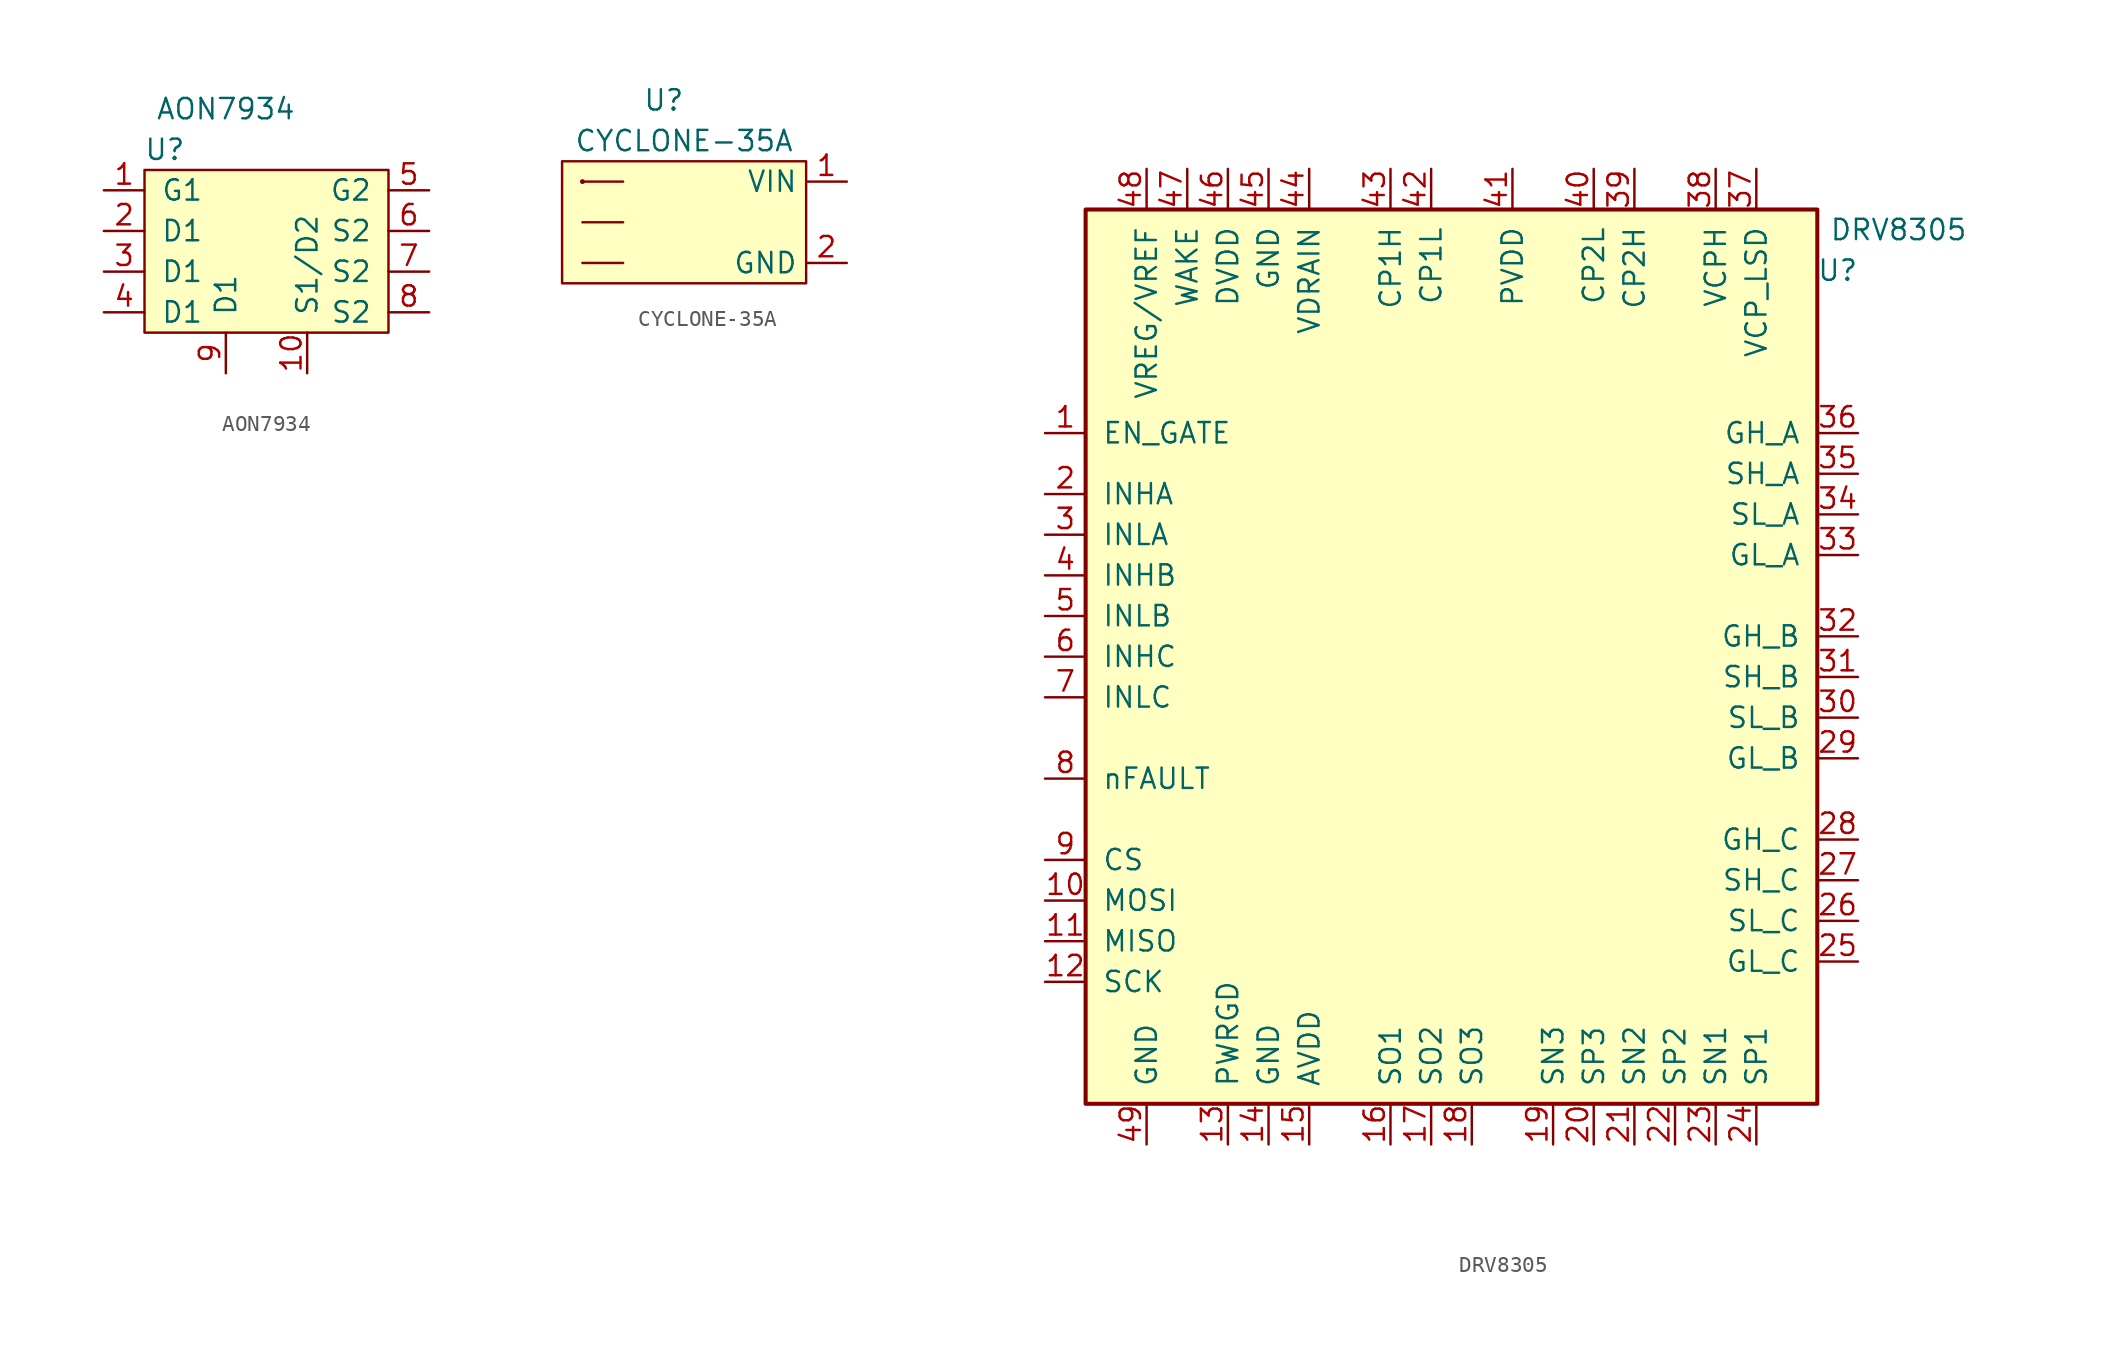
<source format=kicad_sym>
(kicad_symbol_lib
  (version 20211014)
  (generator kicad_symbol_editor)
  (symbol "AON7934"
    (pin_names
      (offset 1.016))
    (property "Reference" "U"
      (at -6.35 6.35 0)
      (effects (font (size 1.27 1.27))))
    (property "Value" "AON7934"
      (at -2.54 8.89 0)
      (effects (font (size 1.27 1.27))))
    (symbol "AON7934_0_1"
      (rectangle (start -7.62 5.08) (end 7.62 -5.08) (stroke (width 0) (type default) (color 0 0 0 0)) (fill (type background))))
    (symbol "AON7934_1_1"
      (pin input line (at -10.16 3.81 0) (length 2.54) (name "G1" (effects (font (size 1.27 1.27)))) (number "1" (effects (font (size 1.27 1.27)))))
      (pin input line (at 2.54 -7.62 90) (length 2.54) (name "S1/D2" (effects (font (size 1.27 1.27)))) (number "10" (effects (font (size 1.27 1.27)))))
      (pin input line (at -10.16 1.27 0) (length 2.54) (name "D1" (effects (font (size 1.27 1.27)))) (number "2" (effects (font (size 1.27 1.27)))))
      (pin input line (at -10.16 -1.27 0) (length 2.54) (name "D1" (effects (font (size 1.27 1.27)))) (number "3" (effects (font (size 1.27 1.27)))))
      (pin input line (at -10.16 -3.81 0) (length 2.54) (name "D1" (effects (font (size 1.27 1.27)))) (number "4" (effects (font (size 1.27 1.27)))))
      (pin input line (at 10.16 3.81 180) (length 2.54) (name "G2" (effects (font (size 1.27 1.27)))) (number "5" (effects (font (size 1.27 1.27)))))
      (pin input line (at 10.16 1.27 180) (length 2.54) (name "S2" (effects (font (size 1.27 1.27)))) (number "6" (effects (font (size 1.27 1.27)))))
      (pin input line (at 10.16 -1.27 180) (length 2.54) (name "S2" (effects (font (size 1.27 1.27)))) (number "7" (effects (font (size 1.27 1.27)))))
      (pin input line (at 10.16 -3.81 180) (length 2.54) (name "S2" (effects (font (size 1.27 1.27)))) (number "8" (effects (font (size 1.27 1.27)))))
      (pin input line (at -2.54 -7.62 90) (length 2.54) (name "D1" (effects (font (size 1.27 1.27)))) (number "9" (effects (font (size 1.27 1.27)))))))
  (symbol "CYCLONE-35A"
    (property "Reference" "U"
      (at -1.27 7.62 0)
      (effects (font (size 1.27 1.27))))
    (property "Value" "CYCLONE-35A"
      (at 0 5.08 0)
      (effects (font (size 1.27 1.27))))
    (symbol "CYCLONE-35A_0_1"
      (circle (center -6.35 2.54) (radius 0.0001) (stroke (width 0) (type default) (color 0 0 0 0)) (fill (type none)))
      (polyline (pts (xy -6.35 -2.54) (xy -3.81 -2.54)) (stroke (width 0) (type default) (color 0 0 0 0)) (fill (type none)))
      (polyline (pts (xy -6.35 2.54) (xy -3.81 2.54)) (stroke (width 0) (type default) (color 0 0 0 0)) (fill (type none)))
      (polyline (pts (xy -3.81 0) (xy -6.35 0)) (stroke (width 0) (type default) (color 0 0 0 0)) (fill (type none)))
      (rectangle (start 7.62 3.81) (end -7.62 -3.81) (stroke (width 0) (type default) (color 0 0 0 0)) (fill (type background))))
    (symbol "CYCLONE-35A_1_1"
      (pin input line (at 10.16 2.54 180) (length 2.54) (name "VIN" (effects (font (size 1.27 1.27)))) (number "1" (effects (font (size 1.27 1.27)))))
      (pin input line (at 10.16 -2.54 180) (length 2.54) (name "GND" (effects (font (size 1.27 1.27)))) (number "2" (effects (font (size 1.27 1.27)))))))
  (symbol "DRV8305"
    (pin_names
      (offset 1.016))
    (property "Reference" "U"
      (at 33.02 3.81 0)
      (effects (font (size 1.27 1.27))))
    (property "Value" "DRV8305"
      (at 36.83 6.35 0)
      (effects (font (size 1.27 1.27))))
    (symbol "DRV8305_1_1"
      (rectangle (start -13.97 7.62) (end 31.75 -48.26) (stroke (width 0.254) (type default) (color 0 0 0 0)) (fill (type background)))
      (pin input line (at -16.51 -6.35 0) (length 2.54) (name "EN_GATE" (effects (font (size 1.27 1.27)))) (number "1" (effects (font (size 1.27 1.27)))))
      (pin input line (at -16.51 -35.56 0) (length 2.54) (name "MOSI" (effects (font (size 1.27 1.27)))) (number "10" (effects (font (size 1.27 1.27)))))
      (pin output line (at -16.51 -38.1 0) (length 2.54) (name "MISO" (effects (font (size 1.27 1.27)))) (number "11" (effects (font (size 1.27 1.27)))))
      (pin input line (at -16.51 -40.64 0) (length 2.54) (name "SCK" (effects (font (size 1.27 1.27)))) (number "12" (effects (font (size 1.27 1.27)))))
      (pin unspecified line (at -5.08 -50.8 90) (length 2.54) (name "PWRGD" (effects (font (size 1.27 1.27)))) (number "13" (effects (font (size 1.27 1.27)))))
      (pin power_in line (at -2.54 -50.8 90) (length 2.54) (name "GND" (effects (font (size 1.27 1.27)))) (number "14" (effects (font (size 1.27 1.27)))))
      (pin passive line (at 0 -50.8 90) (length 2.54) (name "AVDD" (effects (font (size 1.27 1.27)))) (number "15" (effects (font (size 1.27 1.27)))))
      (pin passive line (at 5.08 -50.8 90) (length 2.54) (name "SO1" (effects (font (size 1.27 1.27)))) (number "16" (effects (font (size 1.27 1.27)))))
      (pin passive line (at 7.62 -50.8 90) (length 2.54) (name "SO2" (effects (font (size 1.27 1.27)))) (number "17" (effects (font (size 1.27 1.27)))))
      (pin passive line (at 10.16 -50.8 90) (length 2.54) (name "SO3" (effects (font (size 1.27 1.27)))) (number "18" (effects (font (size 1.27 1.27)))))
      (pin input line (at 15.24 -50.8 90) (length 2.54) (name "SN3" (effects (font (size 1.27 1.27)))) (number "19" (effects (font (size 1.27 1.27)))))
      (pin input line (at -16.51 -10.16 0) (length 2.54) (name "INHA" (effects (font (size 1.27 1.27)))) (number "2" (effects (font (size 1.27 1.27)))))
      (pin input line (at 17.78 -50.8 90) (length 2.54) (name "SP3" (effects (font (size 1.27 1.27)))) (number "20" (effects (font (size 1.27 1.27)))))
      (pin input line (at 20.32 -50.8 90) (length 2.54) (name "SN2" (effects (font (size 1.27 1.27)))) (number "21" (effects (font (size 1.27 1.27)))))
      (pin input line (at 22.86 -50.8 90) (length 2.54) (name "SP2" (effects (font (size 1.27 1.27)))) (number "22" (effects (font (size 1.27 1.27)))))
      (pin input line (at 25.4 -50.8 90) (length 2.54) (name "SN1" (effects (font (size 1.27 1.27)))) (number "23" (effects (font (size 1.27 1.27)))))
      (pin input line (at 27.94 -50.8 90) (length 2.54) (name "SP1" (effects (font (size 1.27 1.27)))) (number "24" (effects (font (size 1.27 1.27)))))
      (pin output line (at 34.29 -39.37 180) (length 2.54) (name "GL_C" (effects (font (size 1.27 1.27)))) (number "25" (effects (font (size 1.27 1.27)))))
      (pin output line (at 34.29 -36.83 180) (length 2.54) (name "SL_C" (effects (font (size 1.27 1.27)))) (number "26" (effects (font (size 1.27 1.27)))))
      (pin output line (at 34.29 -34.29 180) (length 2.54) (name "SH_C" (effects (font (size 1.27 1.27)))) (number "27" (effects (font (size 1.27 1.27)))))
      (pin output line (at 34.29 -31.75 180) (length 2.54) (name "GH_C" (effects (font (size 1.27 1.27)))) (number "28" (effects (font (size 1.27 1.27)))))
      (pin output line (at 34.29 -26.67 180) (length 2.54) (name "GL_B" (effects (font (size 1.27 1.27)))) (number "29" (effects (font (size 1.27 1.27)))))
      (pin input line (at -16.51 -12.7 0) (length 2.54) (name "INLA" (effects (font (size 1.27 1.27)))) (number "3" (effects (font (size 1.27 1.27)))))
      (pin output line (at 34.29 -24.13 180) (length 2.54) (name "SL_B" (effects (font (size 1.27 1.27)))) (number "30" (effects (font (size 1.27 1.27)))))
      (pin output line (at 34.29 -21.59 180) (length 2.54) (name "SH_B" (effects (font (size 1.27 1.27)))) (number "31" (effects (font (size 1.27 1.27)))))
      (pin output line (at 34.29 -19.05 180) (length 2.54) (name "GH_B" (effects (font (size 1.27 1.27)))) (number "32" (effects (font (size 1.27 1.27)))))
      (pin output line (at 34.29 -13.97 180) (length 2.54) (name "GL_A" (effects (font (size 1.27 1.27)))) (number "33" (effects (font (size 1.27 1.27)))))
      (pin output line (at 34.29 -11.43 180) (length 2.54) (name "SL_A" (effects (font (size 1.27 1.27)))) (number "34" (effects (font (size 1.27 1.27)))))
      (pin output line (at 34.29 -8.89 180) (length 2.54) (name "SH_A" (effects (font (size 1.27 1.27)))) (number "35" (effects (font (size 1.27 1.27)))))
      (pin output line (at 34.29 -6.35 180) (length 2.54) (name "GH_A" (effects (font (size 1.27 1.27)))) (number "36" (effects (font (size 1.27 1.27)))))
      (pin passive line (at 27.94 10.16 270) (length 2.54) (name "VCP_LSD" (effects (font (size 1.27 1.27)))) (number "37" (effects (font (size 1.27 1.27)))))
      (pin passive line (at 25.4 10.16 270) (length 2.54) (name "VCPH" (effects (font (size 1.27 1.27)))) (number "38" (effects (font (size 1.27 1.27)))))
      (pin passive line (at 20.32 10.16 270) (length 2.54) (name "CP2H" (effects (font (size 1.27 1.27)))) (number "39" (effects (font (size 1.27 1.27)))))
      (pin input line (at -16.51 -15.24 0) (length 2.54) (name "INHB" (effects (font (size 1.27 1.27)))) (number "4" (effects (font (size 1.27 1.27)))))
      (pin passive line (at 17.78 10.16 270) (length 2.54) (name "CP2L" (effects (font (size 1.27 1.27)))) (number "40" (effects (font (size 1.27 1.27)))))
      (pin power_in line (at 12.7 10.16 270) (length 2.54) (name "PVDD" (effects (font (size 1.27 1.27)))) (number "41" (effects (font (size 1.27 1.27)))))
      (pin passive line (at 7.62 10.16 270) (length 2.54) (name "CP1L" (effects (font (size 1.27 1.27)))) (number "42" (effects (font (size 1.27 1.27)))))
      (pin passive line (at 5.08 10.16 270) (length 2.54) (name "CP1H" (effects (font (size 1.27 1.27)))) (number "43" (effects (font (size 1.27 1.27)))))
      (pin unspecified line (at 0 10.16 270) (length 2.54) (name "VDRAIN" (effects (font (size 1.27 1.27)))) (number "44" (effects (font (size 1.27 1.27)))))
      (pin power_in line (at -2.54 10.16 270) (length 2.54) (name "GND" (effects (font (size 1.27 1.27)))) (number "45" (effects (font (size 1.27 1.27)))))
      (pin passive line (at -5.08 10.16 270) (length 2.54) (name "DVDD" (effects (font (size 1.27 1.27)))) (number "46" (effects (font (size 1.27 1.27)))))
      (pin unspecified line (at -7.62 10.16 270) (length 2.54) (name "WAKE" (effects (font (size 1.27 1.27)))) (number "47" (effects (font (size 1.27 1.27)))))
      (pin power_in line (at -10.16 10.16 270) (length 2.54) (name "VREG/VREF" (effects (font (size 1.27 1.27)))) (number "48" (effects (font (size 1.27 1.27)))))
      (pin power_in line (at -10.16 -50.8 90) (length 2.54) (name "GND" (effects (font (size 1.27 1.27)))) (number "49" (effects (font (size 1.27 1.27)))))
      (pin input line (at -16.51 -17.78 0) (length 2.54) (name "INLB" (effects (font (size 1.27 1.27)))) (number "5" (effects (font (size 1.27 1.27)))))
      (pin input line (at -16.51 -20.32 0) (length 2.54) (name "INHC" (effects (font (size 1.27 1.27)))) (number "6" (effects (font (size 1.27 1.27)))))
      (pin input line (at -16.51 -22.86 0) (length 2.54) (name "INLC" (effects (font (size 1.27 1.27)))) (number "7" (effects (font (size 1.27 1.27)))))
      (pin unspecified line (at -16.51 -27.94 0) (length 2.54) (name "nFAULT" (effects (font (size 1.27 1.27)))) (number "8" (effects (font (size 1.27 1.27)))))
      (pin input line (at -16.51 -33.02 0) (length 2.54) (name "CS" (effects (font (size 1.27 1.27)))) (number "9" (effects (font (size 1.27 1.27))))))))
</source>
